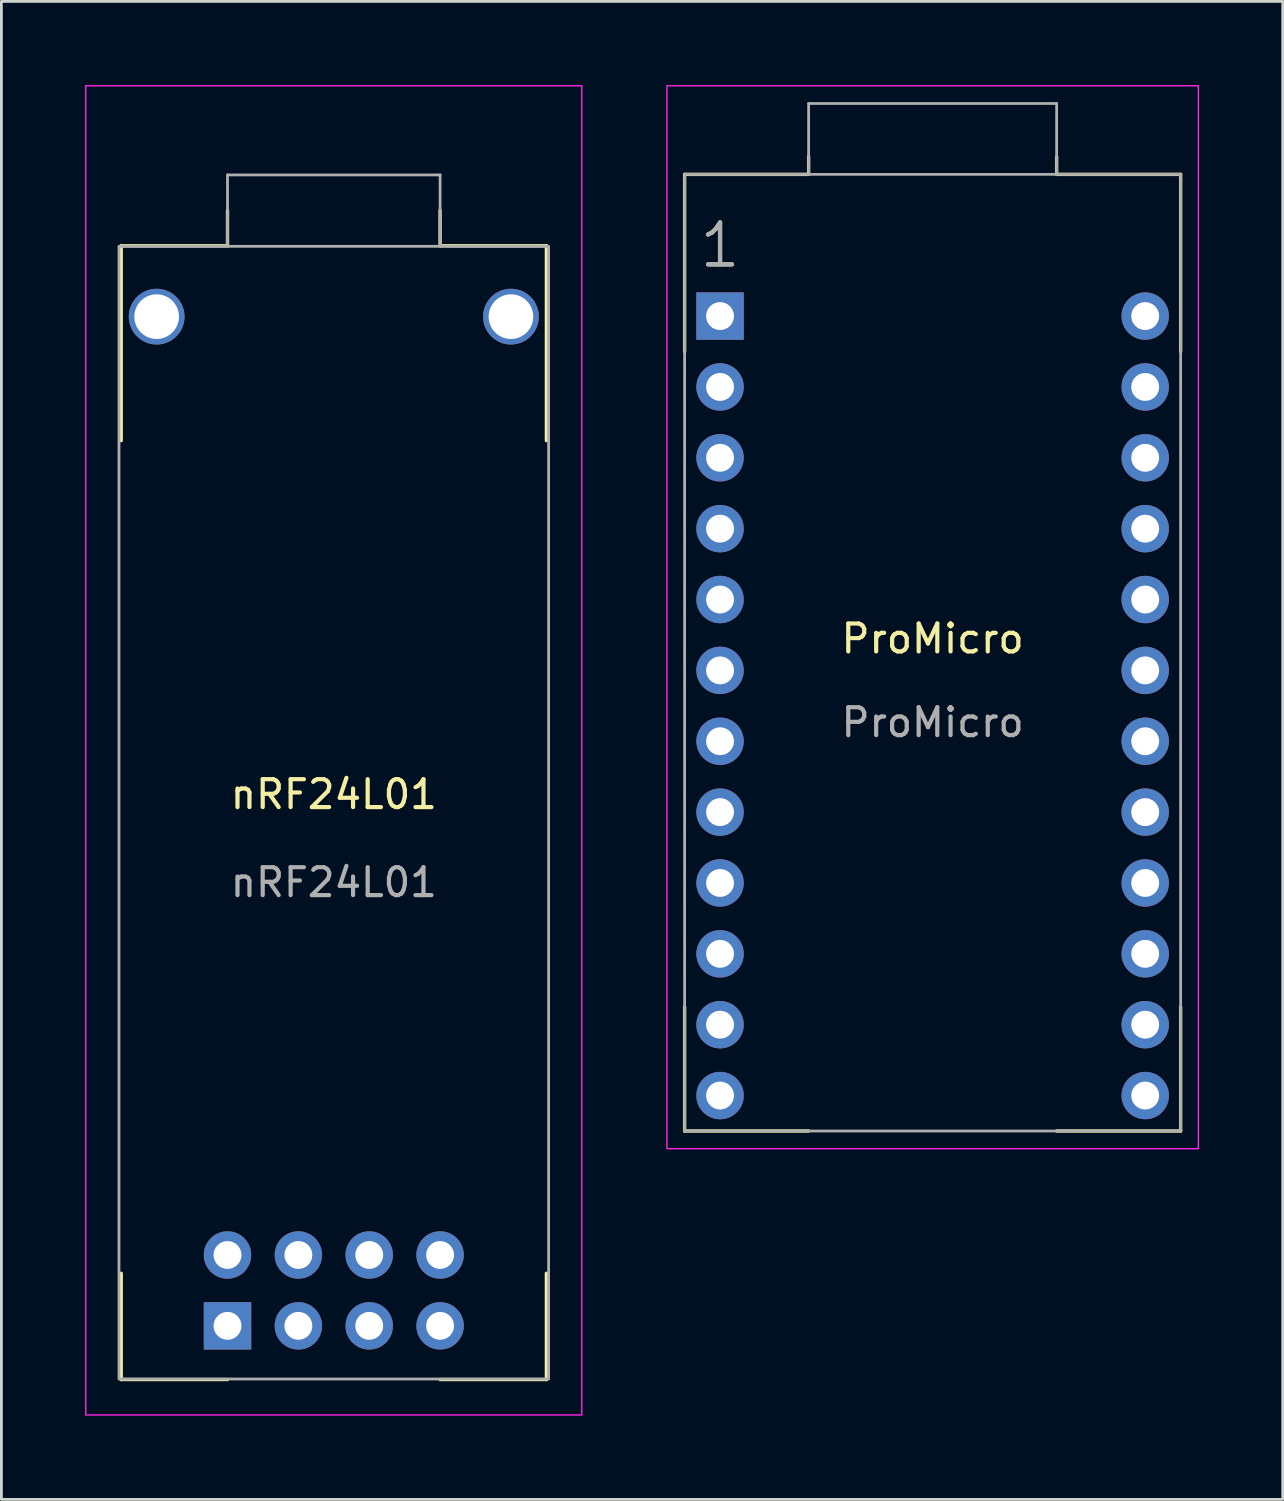
<source format=kicad_pcb>
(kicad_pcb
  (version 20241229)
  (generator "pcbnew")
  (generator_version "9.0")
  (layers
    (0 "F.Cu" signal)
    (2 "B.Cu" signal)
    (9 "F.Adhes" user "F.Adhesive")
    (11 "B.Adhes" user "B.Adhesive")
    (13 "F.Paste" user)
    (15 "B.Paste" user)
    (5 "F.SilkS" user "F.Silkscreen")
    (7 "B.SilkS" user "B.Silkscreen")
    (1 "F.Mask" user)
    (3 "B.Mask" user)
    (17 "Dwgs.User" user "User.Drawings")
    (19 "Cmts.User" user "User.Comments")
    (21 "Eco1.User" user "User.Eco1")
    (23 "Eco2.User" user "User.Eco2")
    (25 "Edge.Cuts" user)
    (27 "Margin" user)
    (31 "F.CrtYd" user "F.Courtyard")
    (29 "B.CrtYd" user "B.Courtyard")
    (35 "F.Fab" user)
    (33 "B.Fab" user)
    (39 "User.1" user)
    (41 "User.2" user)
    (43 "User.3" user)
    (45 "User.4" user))
  (footprint "ProMicro"
    (layer "F.Cu")
    (at 30.38 20.345)
    (property "Reference" "ProMicro" (at 0 -0.5 0) (unlocked yes) (layer "F.SilkS") (effects (font (size 1 1) (thickness 0.15))))
    (attr through_hole)
    (fp_line (start -8.89 -17.145) (end -8.89 -10.795) (stroke (width 0.12) (type solid)) (layer "F.SilkS"))
    (fp_line (start -8.89 12.7) (end -8.89 17.145) (stroke (width 0.12) (type solid)) (layer "F.SilkS"))
    (fp_line (start -8.89 17.145) (end -4.445 17.145) (stroke (width 0.12) (type solid)) (layer "F.SilkS"))
    (fp_line (start -4.445 -17.78) (end -4.445 -17.145) (stroke (width 0.12) (type solid)) (layer "F.SilkS"))
    (fp_line (start -4.445 -17.145) (end -8.89 -17.145) (stroke (width 0.12) (type solid)) (layer "F.SilkS"))
    (fp_line (start 4.445 -17.145) (end 4.445 -17.78) (stroke (width 0.12) (type solid)) (layer "F.SilkS"))
    (fp_line (start 8.89 -17.145) (end 4.445 -17.145) (stroke (width 0.12) (type solid)) (layer "F.SilkS"))
    (fp_line (start 8.89 -10.795) (end 8.89 -17.145) (stroke (width 0.12) (type solid)) (layer "F.SilkS"))
    (fp_line (start 8.89 12.7) (end 8.89 17.145) (stroke (width 0.12) (type solid)) (layer "F.SilkS"))
    (fp_line (start 8.89 17.145) (end 4.445 17.145) (stroke (width 0.12) (type solid)) (layer "F.SilkS"))
    (fp_rect (start -9.525 -20.32) (end 9.525 17.78) (stroke (width 0.05) (type solid)) (fill no) (layer "F.CrtYd"))
    (fp_line (start -4.445 -19.685) (end 4.445 -19.685) (stroke (width 0.1) (type solid)) (layer "F.Fab"))
    (fp_line (start -4.445 -17.145) (end -4.445 -19.685) (stroke (width 0.1) (type solid)) (layer "F.Fab"))
    (fp_line (start 4.445 -19.685) (end 4.445 -17.145) (stroke (width 0.1) (type solid)) (layer "F.Fab"))
    (fp_rect (start -8.89 -17.145) (end 8.89 17.145) (stroke (width 0.1) (type solid)) (fill no) (layer "F.Fab"))
    (fp_text user "1" (at -7.62 -14.605 0) (unlocked yes) (layer "F.SilkS") (effects (font (size 1.5 1.5) (thickness 0.15))))
    (fp_text user "1" (at -7.62 -14.605 0) (unlocked yes) (layer "F.Fab") (effects (font (size 1.5 1.5) (thickness 0.15))))
    (fp_text user "${REFERENCE}" (at 0 2.5 0) (unlocked yes) (layer "F.Fab") (effects (font (size 1 1) (thickness 0.15))))
    (pad "1" thru_hole rect (at -7.62 -12.065) (size 1.7 1.7) (drill 1) (layers "*.Cu" "*.Mask"))
    (pad "2" thru_hole circle (at -7.62 -9.525) (size 1.7 1.7) (drill 1) (layers "*.Cu" "*.Mask"))
    (pad "3" thru_hole circle (at -7.62 -6.985) (size 1.7 1.7) (drill 1) (layers "*.Cu" "*.Mask"))
    (pad "4" thru_hole circle (at -7.62 -4.445) (size 1.7 1.7) (drill 1) (layers "*.Cu" "*.Mask"))
    (pad "5" thru_hole circle (at -7.62 -1.905) (size 1.7 1.7) (drill 1) (layers "*.Cu" "*.Mask"))
    (pad "6" thru_hole circle (at -7.62 0.635) (size 1.7 1.7) (drill 1) (layers "*.Cu" "*.Mask"))
    (pad "7" thru_hole circle (at -7.62 3.175) (size 1.7 1.7) (drill 1) (layers "*.Cu" "*.Mask"))
    (pad "8" thru_hole circle (at -7.62 5.715) (size 1.7 1.7) (drill 1) (layers "*.Cu" "*.Mask"))
    (pad "9" thru_hole circle (at -7.62 8.255) (size 1.7 1.7) (drill 1) (layers "*.Cu" "*.Mask"))
    (pad "10" thru_hole circle (at -7.62 10.795) (size 1.7 1.7) (drill 1) (layers "*.Cu" "*.Mask"))
    (pad "11" thru_hole circle (at -7.62 13.335) (size 1.7 1.7) (drill 1) (layers "*.Cu" "*.Mask"))
    (pad "12" thru_hole circle (at -7.62 15.875) (size 1.7 1.7) (drill 1) (layers "*.Cu" "*.Mask"))
    (pad "13" thru_hole circle (at 7.62 15.875) (size 1.7 1.7) (drill 1) (layers "*.Cu" "*.Mask"))
    (pad "14" thru_hole circle (at 7.62 13.335) (size 1.7 1.7) (drill 1) (layers "*.Cu" "*.Mask"))
    (pad "15" thru_hole circle (at 7.62 10.795) (size 1.7 1.7) (drill 1) (layers "*.Cu" "*.Mask"))
    (pad "16" thru_hole circle (at 7.62 8.255) (size 1.7 1.7) (drill 1) (layers "*.Cu" "*.Mask"))
    (pad "17" thru_hole circle (at 7.62 5.715) (size 1.7 1.7) (drill 1) (layers "*.Cu" "*.Mask"))
    (pad "18" thru_hole circle (at 7.62 3.175) (size 1.7 1.7) (drill 1) (layers "*.Cu" "*.Mask"))
    (pad "19" thru_hole circle (at 7.62 0.635) (size 1.7 1.7) (drill 1) (layers "*.Cu" "*.Mask"))
    (pad "20" thru_hole circle (at 7.62 -1.905) (size 1.7 1.7) (drill 1) (layers "*.Cu" "*.Mask"))
    (pad "21" thru_hole circle (at 7.62 -4.445) (size 1.7 1.7) (drill 1) (layers "*.Cu" "*.Mask"))
    (pad "22" thru_hole circle (at 7.62 -6.985) (size 1.7 1.7) (drill 1) (layers "*.Cu" "*.Mask"))
    (pad "23" thru_hole circle (at 7.62 -9.525) (size 1.7 1.7) (drill 1) (layers "*.Cu" "*.Mask"))
    (pad "24" thru_hole circle (at 7.62 -12.065) (size 1.7 1.7) (drill 1) (layers "*.Cu" "*.Mask")))
  (footprint "nRF24L01"
    (layer "F.Cu")
    (at 8.915 26.08)
    (property "Reference" "nRF24L01" (at 0 -0.655 0) (unlocked yes) (layer "F.SilkS") (effects (font (size 1 1) (thickness 0.15))))
    (attr through_hole)
    (fp_line (start -7.62 -20.32) (end -7.62 -13.335) (stroke (width 0.12) (type solid)) (layer "F.SilkS"))
    (fp_line (start -7.62 16.51) (end -7.62 20.32) (stroke (width 0.12) (type solid)) (layer "F.SilkS"))
    (fp_line (start -7.62 20.32) (end -3.81 20.32) (stroke (width 0.12) (type solid)) (layer "F.SilkS"))
    (fp_line (start -3.81 -21.59) (end -3.81 -20.32) (stroke (width 0.12) (type solid)) (layer "F.SilkS"))
    (fp_line (start -3.81 -20.32) (end -7.62 -20.32) (stroke (width 0.12) (type solid)) (layer "F.SilkS"))
    (fp_line (start 3.81 -21.59) (end 3.81 -20.32) (stroke (width 0.12) (type solid)) (layer "F.SilkS"))
    (fp_line (start 3.81 -20.32) (end 7.62 -20.32) (stroke (width 0.12) (type solid)) (layer "F.SilkS"))
    (fp_line (start 7.62 -20.32) (end 7.62 -13.335) (stroke (width 0.12) (type solid)) (layer "F.SilkS"))
    (fp_line (start 7.62 16.51) (end 7.62 20.32) (stroke (width 0.12) (type solid)) (layer "F.SilkS"))
    (fp_line (start 7.62 20.32) (end 3.81 20.32) (stroke (width 0.12) (type solid)) (layer "F.SilkS"))
    (fp_rect (start -8.89 -26.055) (end 8.89 21.59) (stroke (width 0.05) (type solid)) (fill no) (layer "F.CrtYd"))
    (fp_line (start -3.81 -22.86) (end 3.81 -22.86) (stroke (width 0.1) (type solid)) (layer "F.Fab"))
    (fp_line (start -3.81 -20.32) (end -3.81 -22.86) (stroke (width 0.1) (type solid)) (layer "F.Fab"))
    (fp_line (start 3.81 -22.86) (end 3.81 -20.32) (stroke (width 0.1) (type solid)) (layer "F.Fab"))
    (fp_rect (start -7.7 -20.3) (end 7.7 20.3) (stroke (width 0.1) (type solid)) (fill no) (layer "F.Fab"))
    (fp_text user "${REFERENCE}" (at 0 2.5 0) (unlocked yes) (layer "F.Fab") (effects (font (size 1 1) (thickness 0.15))))
    (pad "1" thru_hole rect (at -3.81 18.395) (size 1.7 1.7) (drill 1) (layers "*.Cu" "*.Mask"))
    (pad "2" thru_hole circle (at -3.81 15.855) (size 1.7 1.7) (drill 1) (layers "*.Cu" "*.Mask"))
    (pad "3" thru_hole circle (at -1.27 18.395) (size 1.7 1.7) (drill 1) (layers "*.Cu" "*.Mask"))
    (pad "4" thru_hole circle (at -1.27 15.855) (size 1.7 1.7) (drill 1) (layers "*.Cu" "*.Mask"))
    (pad "5" thru_hole circle (at 1.27 18.395) (size 1.7 1.7) (drill 1) (layers "*.Cu" "*.Mask"))
    (pad "6" thru_hole circle (at 1.27 15.855) (size 1.7 1.7) (drill 1) (layers "*.Cu" "*.Mask"))
    (pad "7" thru_hole circle (at 3.81 18.395) (size 1.7 1.7) (drill 1) (layers "*.Cu" "*.Mask"))
    (pad "8" thru_hole circle (at 3.81 15.855) (size 1.7 1.7) (drill 1) (layers "*.Cu" "*.Mask"))
    (pad "9" thru_hole circle (at 6.35 -17.78) (size 2 2) (drill 1.6) (layers "*.Cu" "*.Mask"))
    (pad "10" thru_hole circle (at -6.35 -17.78) (size 2 2) (drill 1.6) (layers "*.Cu" "*.Mask")))
  (gr_rect
    (start -3 -3)
    (end 42.93 50.695)
    (stroke (width 0.1) (type default))
    (fill no)
    (layer "Edge.Cuts")))
</source>
